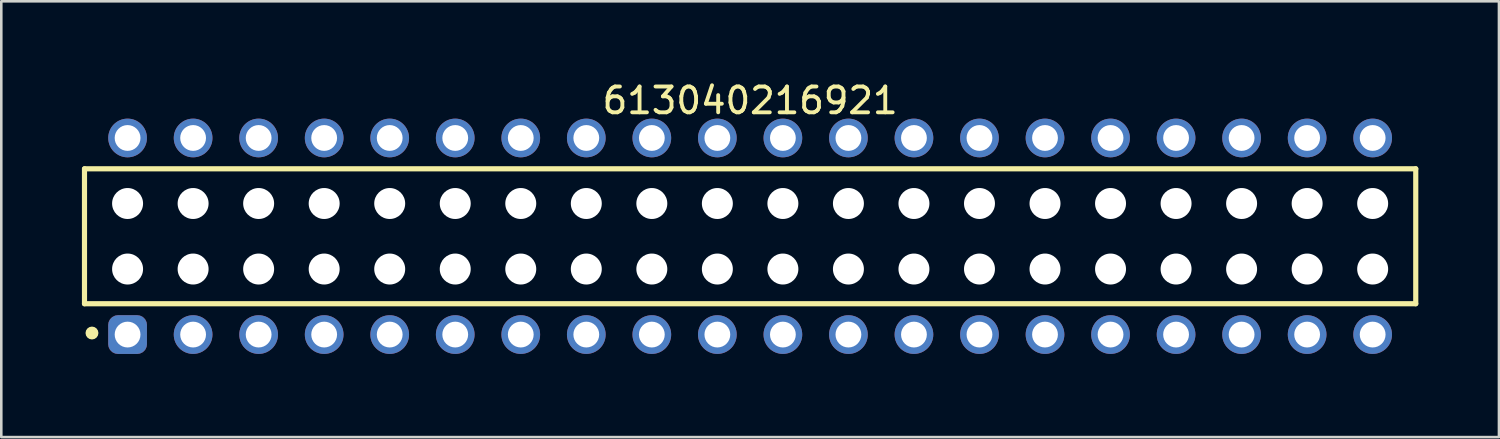
<source format=kicad_pcb>
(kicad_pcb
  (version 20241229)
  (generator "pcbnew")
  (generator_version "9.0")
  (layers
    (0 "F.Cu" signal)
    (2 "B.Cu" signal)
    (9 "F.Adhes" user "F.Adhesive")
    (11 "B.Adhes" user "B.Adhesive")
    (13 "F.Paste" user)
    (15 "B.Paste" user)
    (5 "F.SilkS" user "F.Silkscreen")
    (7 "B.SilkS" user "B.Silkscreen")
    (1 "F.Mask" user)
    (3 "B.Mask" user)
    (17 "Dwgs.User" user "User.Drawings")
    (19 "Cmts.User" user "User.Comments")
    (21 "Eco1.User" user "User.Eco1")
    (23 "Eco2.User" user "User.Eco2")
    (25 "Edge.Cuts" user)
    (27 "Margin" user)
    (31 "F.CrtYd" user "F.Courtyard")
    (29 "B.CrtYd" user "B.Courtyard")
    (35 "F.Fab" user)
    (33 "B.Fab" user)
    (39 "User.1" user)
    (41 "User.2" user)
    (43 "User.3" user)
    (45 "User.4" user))
  (footprint "613040216921"
    (layer "F.Cu")
    (at 26.025 6.108)
    (property "Reference" "613040216921" (at 0 -5.26 0) (layer "F.SilkS") (effects (font (size 1 1) (thickness 0.15))))
    (fp_line (start -25.8 -2.615) (end 25.8 -2.615) (stroke (width 0.2) (type solid)) (layer "F.SilkS"))
    (fp_line (start -25.8 2.615) (end -25.8 -2.615) (stroke (width 0.2) (type solid)) (layer "F.SilkS"))
    (fp_line (start -25.8 2.615) (end 25.8 2.615) (stroke (width 0.2) (type solid)) (layer "F.SilkS"))
    (fp_line (start 25.8 2.615) (end 25.8 -2.615) (stroke (width 0.2) (type solid)) (layer "F.SilkS"))
    (fp_circle (center -25.51 3.75) (end -25.51 3.625) (stroke (width 0.25) (type solid)) (fill no) (layer "F.SilkS"))
    (fp_line (start -26 -4.76) (end 26 -4.76) (stroke (width 0.05) (type solid)) (layer "Eco2.User"))
    (fp_line (start -26 4.76) (end -26 -4.76) (stroke (width 0.05) (type solid)) (layer "Eco2.User"))
    (fp_line (start -26 4.76) (end 26 4.76) (stroke (width 0.05) (type solid)) (layer "Eco2.User"))
    (fp_line (start -25.65 -2.54) (end 25.65 -2.54) (stroke (width 0.1) (type solid)) (layer "Eco2.User"))
    (fp_line (start -25.65 2.54) (end -25.65 -2.54) (stroke (width 0.1) (type solid)) (layer "Eco2.User"))
    (fp_line (start -25.65 2.54) (end 25.65 2.54) (stroke (width 0.1) (type solid)) (layer "Eco2.User"))
    (fp_line (start -24.53 -3.935) (end -23.73 -3.935) (stroke (width 0.1) (type solid)) (layer "Eco2.User"))
    (fp_line (start -24.53 -2.54) (end -24.53 -3.935) (stroke (width 0.1) (type solid)) (layer "Eco2.User"))
    (fp_line (start -24.53 3.935) (end -24.53 2.54) (stroke (width 0.1) (type solid)) (layer "Eco2.User"))
    (fp_line (start -24.53 3.935) (end -23.73 3.935) (stroke (width 0.1) (type solid)) (layer "Eco2.User"))
    (fp_line (start -23.73 -2.54) (end -23.73 -3.935) (stroke (width 0.1) (type solid)) (layer "Eco2.User"))
    (fp_line (start -23.73 3.935) (end -23.73 2.54) (stroke (width 0.1) (type solid)) (layer "Eco2.User"))
    (fp_line (start -21.99 -3.935) (end -21.19 -3.935) (stroke (width 0.1) (type solid)) (layer "Eco2.User"))
    (fp_line (start -21.99 -2.54) (end -21.99 -3.935) (stroke (width 0.1) (type solid)) (layer "Eco2.User"))
    (fp_line (start -21.99 3.935) (end -21.99 2.54) (stroke (width 0.1) (type solid)) (layer "Eco2.User"))
    (fp_line (start -21.99 3.935) (end -21.19 3.935) (stroke (width 0.1) (type solid)) (layer "Eco2.User"))
    (fp_line (start -21.19 -2.54) (end -21.19 -3.935) (stroke (width 0.1) (type solid)) (layer "Eco2.User"))
    (fp_line (start -21.19 3.935) (end -21.19 2.54) (stroke (width 0.1) (type solid)) (layer "Eco2.User"))
    (fp_line (start -19.45 -3.935) (end -18.65 -3.935) (stroke (width 0.1) (type solid)) (layer "Eco2.User"))
    (fp_line (start -19.45 -2.54) (end -19.45 -3.935) (stroke (width 0.1) (type solid)) (layer "Eco2.User"))
    (fp_line (start -19.45 3.935) (end -19.45 2.54) (stroke (width 0.1) (type solid)) (layer "Eco2.User"))
    (fp_line (start -19.45 3.935) (end -18.65 3.935) (stroke (width 0.1) (type solid)) (layer "Eco2.User"))
    (fp_line (start -18.65 -2.54) (end -18.65 -3.935) (stroke (width 0.1) (type solid)) (layer "Eco2.User"))
    (fp_line (start -18.65 3.935) (end -18.65 2.54) (stroke (width 0.1) (type solid)) (layer "Eco2.User"))
    (fp_line (start -16.91 -3.935) (end -16.11 -3.935) (stroke (width 0.1) (type solid)) (layer "Eco2.User"))
    (fp_line (start -16.91 -2.54) (end -16.91 -3.935) (stroke (width 0.1) (type solid)) (layer "Eco2.User"))
    (fp_line (start -16.91 3.935) (end -16.91 2.54) (stroke (width 0.1) (type solid)) (layer "Eco2.User"))
    (fp_line (start -16.91 3.935) (end -16.11 3.935) (stroke (width 0.1) (type solid)) (layer "Eco2.User"))
    (fp_line (start -16.11 -2.54) (end -16.11 -3.935) (stroke (width 0.1) (type solid)) (layer "Eco2.User"))
    (fp_line (start -16.11 3.935) (end -16.11 2.54) (stroke (width 0.1) (type solid)) (layer "Eco2.User"))
    (fp_line (start -14.37 -3.935) (end -13.57 -3.935) (stroke (width 0.1) (type solid)) (layer "Eco2.User"))
    (fp_line (start -14.37 -2.54) (end -14.37 -3.935) (stroke (width 0.1) (type solid)) (layer "Eco2.User"))
    (fp_line (start -14.37 3.935) (end -14.37 2.54) (stroke (width 0.1) (type solid)) (layer "Eco2.User"))
    (fp_line (start -14.37 3.935) (end -13.57 3.935) (stroke (width 0.1) (type solid)) (layer "Eco2.User"))
    (fp_line (start -13.57 -2.54) (end -13.57 -3.935) (stroke (width 0.1) (type solid)) (layer "Eco2.User"))
    (fp_line (start -13.57 3.935) (end -13.57 2.54) (stroke (width 0.1) (type solid)) (layer "Eco2.User"))
    (fp_line (start -11.83 -3.935) (end -11.03 -3.935) (stroke (width 0.1) (type solid)) (layer "Eco2.User"))
    (fp_line (start -11.83 -2.54) (end -11.83 -3.935) (stroke (width 0.1) (type solid)) (layer "Eco2.User"))
    (fp_line (start -11.83 3.935) (end -11.83 2.54) (stroke (width 0.1) (type solid)) (layer "Eco2.User"))
    (fp_line (start -11.83 3.935) (end -11.03 3.935) (stroke (width 0.1) (type solid)) (layer "Eco2.User"))
    (fp_line (start -11.03 -2.54) (end -11.03 -3.935) (stroke (width 0.1) (type solid)) (layer "Eco2.User"))
    (fp_line (start -11.03 3.935) (end -11.03 2.54) (stroke (width 0.1) (type solid)) (layer "Eco2.User"))
    (fp_line (start -9.29 -3.935) (end -8.49 -3.935) (stroke (width 0.1) (type solid)) (layer "Eco2.User"))
    (fp_line (start -9.29 -2.54) (end -9.29 -3.935) (stroke (width 0.1) (type solid)) (layer "Eco2.User"))
    (fp_line (start -9.29 3.935) (end -9.29 2.54) (stroke (width 0.1) (type solid)) (layer "Eco2.User"))
    (fp_line (start -9.29 3.935) (end -8.49 3.935) (stroke (width 0.1) (type solid)) (layer "Eco2.User"))
    (fp_line (start -8.49 -2.54) (end -8.49 -3.935) (stroke (width 0.1) (type solid)) (layer "Eco2.User"))
    (fp_line (start -8.49 3.935) (end -8.49 2.54) (stroke (width 0.1) (type solid)) (layer "Eco2.User"))
    (fp_line (start -6.75 -3.935) (end -5.95 -3.935) (stroke (width 0.1) (type solid)) (layer "Eco2.User"))
    (fp_line (start -6.75 -2.54) (end -6.75 -3.935) (stroke (width 0.1) (type solid)) (layer "Eco2.User"))
    (fp_line (start -6.75 3.935) (end -6.75 2.54) (stroke (width 0.1) (type solid)) (layer "Eco2.User"))
    (fp_line (start -6.75 3.935) (end -5.95 3.935) (stroke (width 0.1) (type solid)) (layer "Eco2.User"))
    (fp_line (start -5.95 -2.54) (end -5.95 -3.935) (stroke (width 0.1) (type solid)) (layer "Eco2.User"))
    (fp_line (start -5.95 3.935) (end -5.95 2.54) (stroke (width 0.1) (type solid)) (layer "Eco2.User"))
    (fp_line (start -4.21 -3.935) (end -3.41 -3.935) (stroke (width 0.1) (type solid)) (layer "Eco2.User"))
    (fp_line (start -4.21 -2.54) (end -4.21 -3.935) (stroke (width 0.1) (type solid)) (layer "Eco2.User"))
    (fp_line (start -4.21 3.935) (end -4.21 2.54) (stroke (width 0.1) (type solid)) (layer "Eco2.User"))
    (fp_line (start -4.21 3.935) (end -3.41 3.935) (stroke (width 0.1) (type solid)) (layer "Eco2.User"))
    (fp_line (start -3.41 -2.54) (end -3.41 -3.935) (stroke (width 0.1) (type solid)) (layer "Eco2.User"))
    (fp_line (start -3.41 3.935) (end -3.41 2.54) (stroke (width 0.1) (type solid)) (layer "Eco2.User"))
    (fp_line (start -1.67 -3.935) (end -0.87 -3.935) (stroke (width 0.1) (type solid)) (layer "Eco2.User"))
    (fp_line (start -1.67 -2.54) (end -1.67 -3.935) (stroke (width 0.1) (type solid)) (layer "Eco2.User"))
    (fp_line (start -1.67 3.935) (end -1.67 2.54) (stroke (width 0.1) (type solid)) (layer "Eco2.User"))
    (fp_line (start -1.67 3.935) (end -0.87 3.935) (stroke (width 0.1) (type solid)) (layer "Eco2.User"))
    (fp_line (start -0.87 -2.54) (end -0.87 -3.935) (stroke (width 0.1) (type solid)) (layer "Eco2.User"))
    (fp_line (start -0.87 3.935) (end -0.87 2.54) (stroke (width 0.1) (type solid)) (layer "Eco2.User"))
    (fp_line (start -0.5 0) (end 0.5 0) (stroke (width 0.05) (type solid)) (layer "Eco2.User"))
    (fp_line (start 0 0.5) (end 0 -0.5) (stroke (width 0.05) (type solid)) (layer "Eco2.User"))
    (fp_line (start 0.87 -3.935) (end 1.67 -3.935) (stroke (width 0.1) (type solid)) (layer "Eco2.User"))
    (fp_line (start 0.87 -2.54) (end 0.87 -3.935) (stroke (width 0.1) (type solid)) (layer "Eco2.User"))
    (fp_line (start 0.87 3.935) (end 0.87 2.54) (stroke (width 0.1) (type solid)) (layer "Eco2.User"))
    (fp_line (start 0.87 3.935) (end 1.67 3.935) (stroke (width 0.1) (type solid)) (layer "Eco2.User"))
    (fp_line (start 1.67 -2.54) (end 1.67 -3.935) (stroke (width 0.1) (type solid)) (layer "Eco2.User"))
    (fp_line (start 1.67 3.935) (end 1.67 2.54) (stroke (width 0.1) (type solid)) (layer "Eco2.User"))
    (fp_line (start 3.41 -3.935) (end 4.21 -3.935) (stroke (width 0.1) (type solid)) (layer "Eco2.User"))
    (fp_line (start 3.41 -2.54) (end 3.41 -3.935) (stroke (width 0.1) (type solid)) (layer "Eco2.User"))
    (fp_line (start 3.41 3.935) (end 3.41 2.54) (stroke (width 0.1) (type solid)) (layer "Eco2.User"))
    (fp_line (start 3.41 3.935) (end 4.21 3.935) (stroke (width 0.1) (type solid)) (layer "Eco2.User"))
    (fp_line (start 4.21 -2.54) (end 4.21 -3.935) (stroke (width 0.1) (type solid)) (layer "Eco2.User"))
    (fp_line (start 4.21 3.935) (end 4.21 2.54) (stroke (width 0.1) (type solid)) (layer "Eco2.User"))
    (fp_line (start 5.95 -3.935) (end 6.75 -3.935) (stroke (width 0.1) (type solid)) (layer "Eco2.User"))
    (fp_line (start 5.95 -2.54) (end 5.95 -3.935) (stroke (width 0.1) (type solid)) (layer "Eco2.User"))
    (fp_line (start 5.95 3.935) (end 5.95 2.54) (stroke (width 0.1) (type solid)) (layer "Eco2.User"))
    (fp_line (start 5.95 3.935) (end 6.75 3.935) (stroke (width 0.1) (type solid)) (layer "Eco2.User"))
    (fp_line (start 6.75 -2.54) (end 6.75 -3.935) (stroke (width 0.1) (type solid)) (layer "Eco2.User"))
    (fp_line (start 6.75 3.935) (end 6.75 2.54) (stroke (width 0.1) (type solid)) (layer "Eco2.User"))
    (fp_line (start 8.49 -3.935) (end 9.29 -3.935) (stroke (width 0.1) (type solid)) (layer "Eco2.User"))
    (fp_line (start 8.49 -2.54) (end 8.49 -3.935) (stroke (width 0.1) (type solid)) (layer "Eco2.User"))
    (fp_line (start 8.49 3.935) (end 8.49 2.54) (stroke (width 0.1) (type solid)) (layer "Eco2.User"))
    (fp_line (start 8.49 3.935) (end 9.29 3.935) (stroke (width 0.1) (type solid)) (layer "Eco2.User"))
    (fp_line (start 9.29 -2.54) (end 9.29 -3.935) (stroke (width 0.1) (type solid)) (layer "Eco2.User"))
    (fp_line (start 9.29 3.935) (end 9.29 2.54) (stroke (width 0.1) (type solid)) (layer "Eco2.User"))
    (fp_line (start 11.03 -3.935) (end 11.83 -3.935) (stroke (width 0.1) (type solid)) (layer "Eco2.User"))
    (fp_line (start 11.03 -2.54) (end 11.03 -3.935) (stroke (width 0.1) (type solid)) (layer "Eco2.User"))
    (fp_line (start 11.03 3.935) (end 11.03 2.54) (stroke (width 0.1) (type solid)) (layer "Eco2.User"))
    (fp_line (start 11.03 3.935) (end 11.83 3.935) (stroke (width 0.1) (type solid)) (layer "Eco2.User"))
    (fp_line (start 11.83 -2.54) (end 11.83 -3.935) (stroke (width 0.1) (type solid)) (layer "Eco2.User"))
    (fp_line (start 11.83 3.935) (end 11.83 2.54) (stroke (width 0.1) (type solid)) (layer "Eco2.User"))
    (fp_line (start 13.57 -3.935) (end 14.37 -3.935) (stroke (width 0.1) (type solid)) (layer "Eco2.User"))
    (fp_line (start 13.57 -2.54) (end 13.57 -3.935) (stroke (width 0.1) (type solid)) (layer "Eco2.User"))
    (fp_line (start 13.57 3.935) (end 13.57 2.54) (stroke (width 0.1) (type solid)) (layer "Eco2.User"))
    (fp_line (start 13.57 3.935) (end 14.37 3.935) (stroke (width 0.1) (type solid)) (layer "Eco2.User"))
    (fp_line (start 14.37 -2.54) (end 14.37 -3.935) (stroke (width 0.1) (type solid)) (layer "Eco2.User"))
    (fp_line (start 14.37 3.935) (end 14.37 2.54) (stroke (width 0.1) (type solid)) (layer "Eco2.User"))
    (fp_line (start 16.11 -3.935) (end 16.91 -3.935) (stroke (width 0.1) (type solid)) (layer "Eco2.User"))
    (fp_line (start 16.11 -2.54) (end 16.11 -3.935) (stroke (width 0.1) (type solid)) (layer "Eco2.User"))
    (fp_line (start 16.11 3.935) (end 16.11 2.54) (stroke (width 0.1) (type solid)) (layer "Eco2.User"))
    (fp_line (start 16.11 3.935) (end 16.91 3.935) (stroke (width 0.1) (type solid)) (layer "Eco2.User"))
    (fp_line (start 16.91 -2.54) (end 16.91 -3.935) (stroke (width 0.1) (type solid)) (layer "Eco2.User"))
    (fp_line (start 16.91 3.935) (end 16.91 2.54) (stroke (width 0.1) (type solid)) (layer "Eco2.User"))
    (fp_line (start 18.65 -3.935) (end 19.45 -3.935) (stroke (width 0.1) (type solid)) (layer "Eco2.User"))
    (fp_line (start 18.65 -2.54) (end 18.65 -3.935) (stroke (width 0.1) (type solid)) (layer "Eco2.User"))
    (fp_line (start 18.65 3.935) (end 18.65 2.54) (stroke (width 0.1) (type solid)) (layer "Eco2.User"))
    (fp_line (start 18.65 3.935) (end 19.45 3.935) (stroke (width 0.1) (type solid)) (layer "Eco2.User"))
    (fp_line (start 19.45 -2.54) (end 19.45 -3.935) (stroke (width 0.1) (type solid)) (layer "Eco2.User"))
    (fp_line (start 19.45 3.935) (end 19.45 2.54) (stroke (width 0.1) (type solid)) (layer "Eco2.User"))
    (fp_line (start 21.19 -3.935) (end 21.99 -3.935) (stroke (width 0.1) (type solid)) (layer "Eco2.User"))
    (fp_line (start 21.19 -2.54) (end 21.19 -3.935) (stroke (width 0.1) (type solid)) (layer "Eco2.User"))
    (fp_line (start 21.19 3.935) (end 21.19 2.54) (stroke (width 0.1) (type solid)) (layer "Eco2.User"))
    (fp_line (start 21.19 3.935) (end 21.99 3.935) (stroke (width 0.1) (type solid)) (layer "Eco2.User"))
    (fp_line (start 21.99 -2.54) (end 21.99 -3.935) (stroke (width 0.1) (type solid)) (layer "Eco2.User"))
    (fp_line (start 21.99 3.935) (end 21.99 2.54) (stroke (width 0.1) (type solid)) (layer "Eco2.User"))
    (fp_line (start 23.73 -3.935) (end 24.53 -3.935) (stroke (width 0.1) (type solid)) (layer "Eco2.User"))
    (fp_line (start 23.73 -2.54) (end 23.73 -3.935) (stroke (width 0.1) (type solid)) (layer "Eco2.User"))
    (fp_line (start 23.73 3.935) (end 23.73 2.54) (stroke (width 0.1) (type solid)) (layer "Eco2.User"))
    (fp_line (start 23.73 3.935) (end 24.53 3.935) (stroke (width 0.1) (type solid)) (layer "Eco2.User"))
    (fp_line (start 24.53 -2.54) (end 24.53 -3.935) (stroke (width 0.1) (type solid)) (layer "Eco2.User"))
    (fp_line (start 24.53 3.935) (end 24.53 2.54) (stroke (width 0.1) (type solid)) (layer "Eco2.User"))
    (fp_line (start 25.65 2.54) (end 25.65 -2.54) (stroke (width 0.1) (type solid)) (layer "Eco2.User"))
    (fp_line (start 26 4.76) (end 26 -4.76) (stroke (width 0.05) (type solid)) (layer "Eco2.User"))
    (fp_text user "${REFERENCE}" (at 0.15 -0.197 0) (unlocked yes) (layer "User.3") (effects (font (size 1.5 1.5) (thickness 0.15))))
    (pad "" np_thru_hole circle (at -24.13 -1.27) (size 1.2 1.2) (drill 1.2) (layers "*.Cu" "*.Mask"))
    (pad "" np_thru_hole circle (at -24.13 1.27) (size 1.2 1.2) (drill 1.2) (layers "*.Cu" "*.Mask"))
    (pad "" np_thru_hole circle (at -21.59 -1.27) (size 1.2 1.2) (drill 1.2) (layers "*.Cu" "*.Mask"))
    (pad "" np_thru_hole circle (at -21.59 1.27) (size 1.2 1.2) (drill 1.2) (layers "*.Cu" "*.Mask"))
    (pad "" np_thru_hole circle (at -19.05 -1.27) (size 1.2 1.2) (drill 1.2) (layers "*.Cu" "*.Mask"))
    (pad "" np_thru_hole circle (at -19.05 1.27) (size 1.2 1.2) (drill 1.2) (layers "*.Cu" "*.Mask"))
    (pad "" np_thru_hole circle (at -16.51 -1.27) (size 1.2 1.2) (drill 1.2) (layers "*.Cu" "*.Mask"))
    (pad "" np_thru_hole circle (at -16.51 1.27) (size 1.2 1.2) (drill 1.2) (layers "*.Cu" "*.Mask"))
    (pad "" np_thru_hole circle (at -13.97 -1.27) (size 1.2 1.2) (drill 1.2) (layers "*.Cu" "*.Mask"))
    (pad "" np_thru_hole circle (at -13.97 1.27) (size 1.2 1.2) (drill 1.2) (layers "*.Cu" "*.Mask"))
    (pad "" np_thru_hole circle (at -11.43 -1.27) (size 1.2 1.2) (drill 1.2) (layers "*.Cu" "*.Mask"))
    (pad "" np_thru_hole circle (at -11.43 1.27) (size 1.2 1.2) (drill 1.2) (layers "*.Cu" "*.Mask"))
    (pad "" np_thru_hole circle (at -8.89 -1.27) (size 1.2 1.2) (drill 1.2) (layers "*.Cu" "*.Mask"))
    (pad "" np_thru_hole circle (at -8.89 1.27) (size 1.2 1.2) (drill 1.2) (layers "*.Cu" "*.Mask"))
    (pad "" np_thru_hole circle (at -6.35 -1.27) (size 1.2 1.2) (drill 1.2) (layers "*.Cu" "*.Mask"))
    (pad "" np_thru_hole circle (at -6.35 1.27) (size 1.2 1.2) (drill 1.2) (layers "*.Cu" "*.Mask"))
    (pad "" np_thru_hole circle (at -3.81 -1.27) (size 1.2 1.2) (drill 1.2) (layers "*.Cu" "*.Mask"))
    (pad "" np_thru_hole circle (at -3.81 1.27) (size 1.2 1.2) (drill 1.2) (layers "*.Cu" "*.Mask"))
    (pad "" np_thru_hole circle (at -1.27 -1.27) (size 1.2 1.2) (drill 1.2) (layers "*.Cu" "*.Mask"))
    (pad "" np_thru_hole circle (at -1.27 1.27) (size 1.2 1.2) (drill 1.2) (layers "*.Cu" "*.Mask"))
    (pad "" np_thru_hole circle (at 1.27 -1.27) (size 1.2 1.2) (drill 1.2) (layers "*.Cu" "*.Mask"))
    (pad "" np_thru_hole circle (at 1.27 1.27) (size 1.2 1.2) (drill 1.2) (layers "*.Cu" "*.Mask"))
    (pad "" np_thru_hole circle (at 3.81 -1.27) (size 1.2 1.2) (drill 1.2) (layers "*.Cu" "*.Mask"))
    (pad "" np_thru_hole circle (at 3.81 1.27) (size 1.2 1.2) (drill 1.2) (layers "*.Cu" "*.Mask"))
    (pad "" np_thru_hole circle (at 6.35 -1.27) (size 1.2 1.2) (drill 1.2) (layers "*.Cu" "*.Mask"))
    (pad "" np_thru_hole circle (at 6.35 1.27) (size 1.2 1.2) (drill 1.2) (layers "*.Cu" "*.Mask"))
    (pad "" np_thru_hole circle (at 8.89 -1.27) (size 1.2 1.2) (drill 1.2) (layers "*.Cu" "*.Mask"))
    (pad "" np_thru_hole circle (at 8.89 1.27) (size 1.2 1.2) (drill 1.2) (layers "*.Cu" "*.Mask"))
    (pad "" np_thru_hole circle (at 11.43 -1.27) (size 1.2 1.2) (drill 1.2) (layers "*.Cu" "*.Mask"))
    (pad "" np_thru_hole circle (at 11.43 1.27) (size 1.2 1.2) (drill 1.2) (layers "*.Cu" "*.Mask"))
    (pad "" np_thru_hole circle (at 13.97 -1.27) (size 1.2 1.2) (drill 1.2) (layers "*.Cu" "*.Mask"))
    (pad "" np_thru_hole circle (at 13.97 1.27) (size 1.2 1.2) (drill 1.2) (layers "*.Cu" "*.Mask"))
    (pad "" np_thru_hole circle (at 16.51 -1.27) (size 1.2 1.2) (drill 1.2) (layers "*.Cu" "*.Mask"))
    (pad "" np_thru_hole circle (at 16.51 1.27) (size 1.2 1.2) (drill 1.2) (layers "*.Cu" "*.Mask"))
    (pad "" np_thru_hole circle (at 19.05 -1.27) (size 1.2 1.2) (drill 1.2) (layers "*.Cu" "*.Mask"))
    (pad "" np_thru_hole circle (at 19.05 1.27) (size 1.2 1.2) (drill 1.2) (layers "*.Cu" "*.Mask"))
    (pad "" np_thru_hole circle (at 21.59 -1.27) (size 1.2 1.2) (drill 1.2) (layers "*.Cu" "*.Mask"))
    (pad "" np_thru_hole circle (at 21.59 1.27) (size 1.2 1.2) (drill 1.2) (layers "*.Cu" "*.Mask"))
    (pad "" np_thru_hole circle (at 24.13 -1.27) (size 1.2 1.2) (drill 1.2) (layers "*.Cu" "*.Mask"))
    (pad "" np_thru_hole circle (at 24.13 1.27) (size 1.2 1.2) (drill 1.2) (layers "*.Cu" "*.Mask"))
    (pad "1" thru_hole roundrect (at -24.13 3.81) (size 1.5 1.5) (drill 1) (layers "*.Cu" "*.Mask") (roundrect_rratio 0.25))
    (pad "2" thru_hole circle (at -24.13 -3.81) (size 1.5 1.5) (drill 1) (layers "*.Cu" "*.Mask"))
    (pad "3" thru_hole circle (at -21.59 3.81) (size 1.5 1.5) (drill 1) (layers "*.Cu" "*.Mask"))
    (pad "4" thru_hole circle (at -21.59 -3.81) (size 1.5 1.5) (drill 1) (layers "*.Cu" "*.Mask"))
    (pad "5" thru_hole circle (at -19.05 3.81) (size 1.5 1.5) (drill 1) (layers "*.Cu" "*.Mask"))
    (pad "6" thru_hole circle (at -19.05 -3.81) (size 1.5 1.5) (drill 1) (layers "*.Cu" "*.Mask"))
    (pad "7" thru_hole circle (at -16.51 3.81) (size 1.5 1.5) (drill 1) (layers "*.Cu" "*.Mask"))
    (pad "8" thru_hole circle (at -16.51 -3.81) (size 1.5 1.5) (drill 1) (layers "*.Cu" "*.Mask"))
    (pad "9" thru_hole circle (at -13.97 3.81) (size 1.5 1.5) (drill 1) (layers "*.Cu" "*.Mask"))
    (pad "10" thru_hole circle (at -13.97 -3.81) (size 1.5 1.5) (drill 1) (layers "*.Cu" "*.Mask"))
    (pad "11" thru_hole circle (at -11.43 3.81) (size 1.5 1.5) (drill 1) (layers "*.Cu" "*.Mask"))
    (pad "12" thru_hole circle (at -11.43 -3.81) (size 1.5 1.5) (drill 1) (layers "*.Cu" "*.Mask"))
    (pad "13" thru_hole circle (at -8.89 3.81) (size 1.5 1.5) (drill 1) (layers "*.Cu" "*.Mask"))
    (pad "14" thru_hole circle (at -8.89 -3.81) (size 1.5 1.5) (drill 1) (layers "*.Cu" "*.Mask"))
    (pad "15" thru_hole circle (at -6.35 3.81) (size 1.5 1.5) (drill 1) (layers "*.Cu" "*.Mask"))
    (pad "16" thru_hole circle (at -6.35 -3.81) (size 1.5 1.5) (drill 1) (layers "*.Cu" "*.Mask"))
    (pad "17" thru_hole circle (at -3.81 3.81) (size 1.5 1.5) (drill 1) (layers "*.Cu" "*.Mask"))
    (pad "18" thru_hole circle (at -3.81 -3.81) (size 1.5 1.5) (drill 1) (layers "*.Cu" "*.Mask"))
    (pad "19" thru_hole circle (at -1.27 3.81) (size 1.5 1.5) (drill 1) (layers "*.Cu" "*.Mask"))
    (pad "20" thru_hole circle (at -1.27 -3.81) (size 1.5 1.5) (drill 1) (layers "*.Cu" "*.Mask"))
    (pad "21" thru_hole circle (at 1.27 3.81) (size 1.5 1.5) (drill 1) (layers "*.Cu" "*.Mask"))
    (pad "22" thru_hole circle (at 1.27 -3.81) (size 1.5 1.5) (drill 1) (layers "*.Cu" "*.Mask"))
    (pad "23" thru_hole circle (at 3.81 3.81) (size 1.5 1.5) (drill 1) (layers "*.Cu" "*.Mask"))
    (pad "24" thru_hole circle (at 3.81 -3.81) (size 1.5 1.5) (drill 1) (layers "*.Cu" "*.Mask"))
    (pad "25" thru_hole circle (at 6.35 3.81) (size 1.5 1.5) (drill 1) (layers "*.Cu" "*.Mask"))
    (pad "26" thru_hole circle (at 6.35 -3.81) (size 1.5 1.5) (drill 1) (layers "*.Cu" "*.Mask"))
    (pad "27" thru_hole circle (at 8.89 3.81) (size 1.5 1.5) (drill 1) (layers "*.Cu" "*.Mask"))
    (pad "28" thru_hole circle (at 8.89 -3.81) (size 1.5 1.5) (drill 1) (layers "*.Cu" "*.Mask"))
    (pad "29" thru_hole circle (at 11.43 3.81) (size 1.5 1.5) (drill 1) (layers "*.Cu" "*.Mask"))
    (pad "30" thru_hole circle (at 11.43 -3.81) (size 1.5 1.5) (drill 1) (layers "*.Cu" "*.Mask"))
    (pad "31" thru_hole circle (at 13.97 3.81) (size 1.5 1.5) (drill 1) (layers "*.Cu" "*.Mask"))
    (pad "32" thru_hole circle (at 13.97 -3.81) (size 1.5 1.5) (drill 1) (layers "*.Cu" "*.Mask"))
    (pad "33" thru_hole circle (at 16.51 3.81) (size 1.5 1.5) (drill 1) (layers "*.Cu" "*.Mask"))
    (pad "34" thru_hole circle (at 16.51 -3.81) (size 1.5 1.5) (drill 1) (layers "*.Cu" "*.Mask"))
    (pad "35" thru_hole circle (at 19.05 3.81) (size 1.5 1.5) (drill 1) (layers "*.Cu" "*.Mask"))
    (pad "36" thru_hole circle (at 19.05 -3.81) (size 1.5 1.5) (drill 1) (layers "*.Cu" "*.Mask"))
    (pad "37" thru_hole circle (at 21.59 3.81) (size 1.5 1.5) (drill 1) (layers "*.Cu" "*.Mask"))
    (pad "38" thru_hole circle (at 21.59 -3.81) (size 1.5 1.5) (drill 1) (layers "*.Cu" "*.Mask"))
    (pad "39" thru_hole circle (at 24.13 3.81) (size 1.5 1.5) (drill 1) (layers "*.Cu" "*.Mask"))
    (pad "40" thru_hole circle (at 24.13 -3.81) (size 1.5 1.5) (drill 1) (layers "*.Cu" "*.Mask")))
  (gr_rect
    (start -3 -3)
    (end 55.05 13.893)
    (stroke (width 0.1) (type default))
    (fill no)
    (layer "Edge.Cuts")))
</source>
